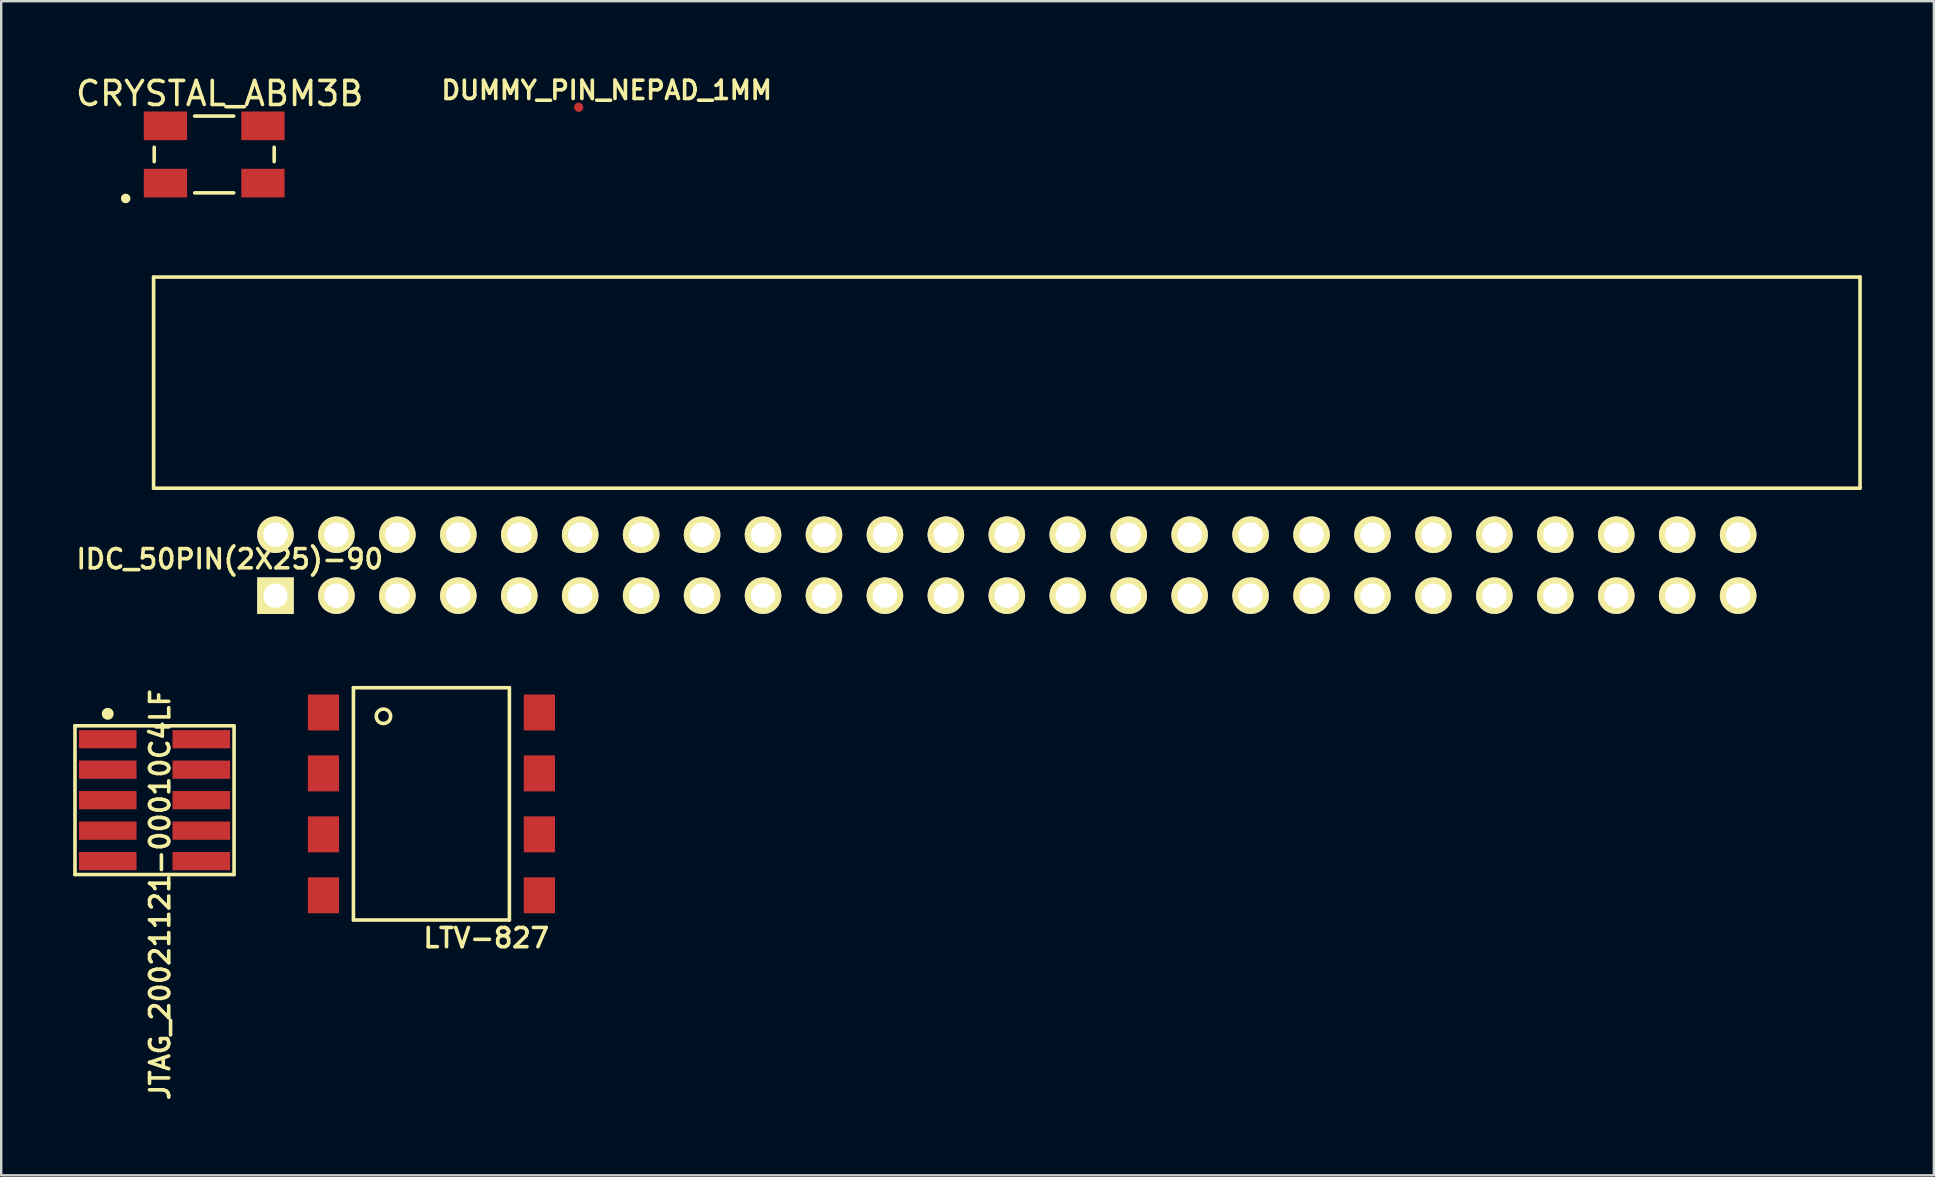
<source format=kicad_pcb>
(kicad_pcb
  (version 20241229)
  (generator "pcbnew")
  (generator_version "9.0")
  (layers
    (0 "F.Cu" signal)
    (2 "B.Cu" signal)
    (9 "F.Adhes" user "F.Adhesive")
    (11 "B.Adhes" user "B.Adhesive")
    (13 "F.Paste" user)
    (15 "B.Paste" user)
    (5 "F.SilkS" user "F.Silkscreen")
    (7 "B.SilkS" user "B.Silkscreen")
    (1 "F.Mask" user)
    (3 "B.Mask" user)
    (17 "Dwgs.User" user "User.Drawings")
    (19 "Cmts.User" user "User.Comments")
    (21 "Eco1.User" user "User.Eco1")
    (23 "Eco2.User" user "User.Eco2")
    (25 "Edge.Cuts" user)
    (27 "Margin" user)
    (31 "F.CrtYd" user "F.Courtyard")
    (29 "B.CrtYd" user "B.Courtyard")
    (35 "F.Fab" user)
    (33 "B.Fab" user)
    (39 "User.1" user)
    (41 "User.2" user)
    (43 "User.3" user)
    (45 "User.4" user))
  (footprint "CRYSTAL_ABM3B"
    (layer "F.Cu")
    (at 5.877 3.388)
    (property "Reference" "CRYSTAL_ABM3B" (at 0.229 -2.54 0) (layer "F.SilkS") (effects (font (size 1.001 1.001) (thickness 0.15))))
    (attr through_hole)
    (fp_line (start -2.5 0.3) (end -2.5 -0.3) (stroke (width 0.15) (type solid)) (layer "F.SilkS"))
    (fp_line (start -0.813 -1.6) (end 0.813 -1.6) (stroke (width 0.15) (type solid)) (layer "F.SilkS"))
    (fp_line (start -0.813 1.6) (end 0.813 1.6) (stroke (width 0.15) (type solid)) (layer "F.SilkS"))
    (fp_line (start 2.5 -0.3) (end 2.5 0.3) (stroke (width 0.15) (type solid)) (layer "F.SilkS"))
    (fp_circle (center -3.689 1.833) (end -3.589 1.833) (stroke (width 0.2) (type solid)) (fill no) (layer "F.SilkS"))
    (pad "1" smd rect (at -2.032 1.194) (size 1.803 1.194) (layers "F.Cu" "F.Mask" "F.Paste"))
    (pad "2" smd rect (at 2.032 1.194) (size 1.803 1.194) (layers "F.Cu" "F.Mask" "F.Paste"))
    (pad "3" smd rect (at 2.032 -1.194) (size 1.803 1.194) (layers "F.Cu" "F.Mask" "F.Paste"))
    (pad "4" smd rect (at -2.032 -1.194) (size 1.803 1.194) (layers "F.Cu" "F.Mask" "F.Paste")))
  (footprint "IDC_50PIN(2X25)-90"
    (layer "F.Cu")
    (at 38.911 20.506)
    (property "Reference" "IDC_50PIN(2X25)-90" (at -32.385 -0.254 0) (layer "F.SilkS") (effects (font (size 0.8 0.8) (thickness 0.15))))
    (attr through_hole)
    (fp_line (start -35.56 -12.01) (end -35.56 -3.21) (stroke (width 0.15) (type solid)) (layer "F.SilkS"))
    (fp_line (start -35.56 -3.21) (end 35.56 -3.21) (stroke (width 0.15) (type solid)) (layer "F.SilkS"))
    (fp_line (start 35.56 -12.01) (end -35.56 -12.01) (stroke (width 0.15) (type solid)) (layer "F.SilkS"))
    (fp_line (start 35.56 -12.01) (end 35.56 -3.21) (stroke (width 0.15) (type solid)) (layer "F.SilkS"))
    (pad "1" thru_hole rect (at -30.48 1.27) (size 1.524 1.524) (drill 1.016) (layers "*.Cu" "*.Mask" "F.SilkS"))
    (pad "2" thru_hole circle (at -30.48 -1.27) (size 1.524 1.524) (drill 1.016) (layers "*.Cu" "*.Mask" "F.SilkS"))
    (pad "3" thru_hole circle (at -27.94 1.27) (size 1.524 1.524) (drill 1.016) (layers "*.Cu" "*.Mask" "F.SilkS"))
    (pad "4" thru_hole circle (at -27.94 -1.27) (size 1.524 1.524) (drill 1.016) (layers "*.Cu" "*.Mask" "F.SilkS"))
    (pad "5" thru_hole circle (at -25.4 1.27) (size 1.524 1.524) (drill 1.016) (layers "*.Cu" "*.Mask" "F.SilkS"))
    (pad "6" thru_hole circle (at -25.4 -1.27) (size 1.524 1.524) (drill 1.016) (layers "*.Cu" "*.Mask" "F.SilkS"))
    (pad "7" thru_hole circle (at -22.86 1.27) (size 1.524 1.524) (drill 1.016) (layers "*.Cu" "*.Mask" "F.SilkS"))
    (pad "8" thru_hole circle (at -22.86 -1.27) (size 1.524 1.524) (drill 1.016) (layers "*.Cu" "*.Mask" "F.SilkS"))
    (pad "9" thru_hole circle (at -20.32 1.27) (size 1.524 1.524) (drill 1.016) (layers "*.Cu" "*.Mask" "F.SilkS"))
    (pad "10" thru_hole circle (at -20.32 -1.27) (size 1.524 1.524) (drill 1.016) (layers "*.Cu" "*.Mask" "F.SilkS"))
    (pad "11" thru_hole circle (at -17.78 1.27) (size 1.524 1.524) (drill 1.016) (layers "*.Cu" "*.Mask" "F.SilkS"))
    (pad "12" thru_hole circle (at -17.78 -1.27) (size 1.524 1.524) (drill 1.016) (layers "*.Cu" "*.Mask" "F.SilkS"))
    (pad "13" thru_hole circle (at -15.24 1.27) (size 1.524 1.524) (drill 1.016) (layers "*.Cu" "*.Mask" "F.SilkS"))
    (pad "14" thru_hole circle (at -15.24 -1.27) (size 1.524 1.524) (drill 1.016) (layers "*.Cu" "*.Mask" "F.SilkS"))
    (pad "15" thru_hole circle (at -12.7 1.27) (size 1.524 1.524) (drill 1.016) (layers "*.Cu" "*.Mask" "F.SilkS"))
    (pad "16" thru_hole circle (at -12.7 -1.27) (size 1.524 1.524) (drill 1.016) (layers "*.Cu" "*.Mask" "F.SilkS"))
    (pad "17" thru_hole circle (at -10.16 1.27) (size 1.524 1.524) (drill 1.016) (layers "*.Cu" "*.Mask" "F.SilkS"))
    (pad "18" thru_hole circle (at -10.16 -1.27) (size 1.524 1.524) (drill 1.016) (layers "*.Cu" "*.Mask" "F.SilkS"))
    (pad "19" thru_hole circle (at -7.62 1.27) (size 1.524 1.524) (drill 1.016) (layers "*.Cu" "*.Mask" "F.SilkS"))
    (pad "20" thru_hole circle (at -7.62 -1.27) (size 1.524 1.524) (drill 1.016) (layers "*.Cu" "*.Mask" "F.SilkS"))
    (pad "21" thru_hole circle (at -5.08 1.27) (size 1.524 1.524) (drill 1.016) (layers "*.Cu" "*.Mask" "F.SilkS"))
    (pad "22" thru_hole circle (at -5.08 -1.27) (size 1.524 1.524) (drill 1.016) (layers "*.Cu" "*.Mask" "F.SilkS"))
    (pad "23" thru_hole circle (at -2.54 1.27) (size 1.524 1.524) (drill 1.016) (layers "*.Cu" "*.Mask" "F.SilkS"))
    (pad "24" thru_hole circle (at -2.54 -1.27) (size 1.524 1.524) (drill 1.016) (layers "*.Cu" "*.Mask" "F.SilkS"))
    (pad "25" thru_hole circle (at 0 1.27) (size 1.524 1.524) (drill 1.016) (layers "*.Cu" "*.Mask" "F.SilkS"))
    (pad "26" thru_hole circle (at 0 -1.27) (size 1.524 1.524) (drill 1.016) (layers "*.Cu" "*.Mask" "F.SilkS"))
    (pad "27" thru_hole circle (at 2.54 1.27) (size 1.524 1.524) (drill 1.016) (layers "*.Cu" "*.Mask" "F.SilkS"))
    (pad "28" thru_hole circle (at 2.54 -1.27) (size 1.524 1.524) (drill 1.016) (layers "*.Cu" "*.Mask" "F.SilkS"))
    (pad "29" thru_hole circle (at 5.08 1.27) (size 1.524 1.524) (drill 1.016) (layers "*.Cu" "*.Mask" "F.SilkS"))
    (pad "30" thru_hole circle (at 5.08 -1.27) (size 1.524 1.524) (drill 1.016) (layers "*.Cu" "*.Mask" "F.SilkS"))
    (pad "31" thru_hole circle (at 7.62 1.27) (size 1.524 1.524) (drill 1.016) (layers "*.Cu" "*.Mask" "F.SilkS"))
    (pad "32" thru_hole circle (at 7.62 -1.27) (size 1.524 1.524) (drill 1.016) (layers "*.Cu" "*.Mask" "F.SilkS"))
    (pad "33" thru_hole circle (at 10.16 1.27) (size 1.524 1.524) (drill 1.016) (layers "*.Cu" "*.Mask" "F.SilkS"))
    (pad "34" thru_hole circle (at 10.16 -1.27) (size 1.524 1.524) (drill 1.016) (layers "*.Cu" "*.Mask" "F.SilkS"))
    (pad "35" thru_hole circle (at 12.7 1.27) (size 1.524 1.524) (drill 1.016) (layers "*.Cu" "*.Mask" "F.SilkS"))
    (pad "36" thru_hole circle (at 12.7 -1.27) (size 1.524 1.524) (drill 1.016) (layers "*.Cu" "*.Mask" "F.SilkS"))
    (pad "37" thru_hole circle (at 15.24 1.27) (size 1.524 1.524) (drill 1.016) (layers "*.Cu" "*.Mask" "F.SilkS"))
    (pad "38" thru_hole circle (at 15.24 -1.27) (size 1.524 1.524) (drill 1.016) (layers "*.Cu" "*.Mask" "F.SilkS"))
    (pad "39" thru_hole circle (at 17.78 1.27) (size 1.524 1.524) (drill 1.016) (layers "*.Cu" "*.Mask" "F.SilkS"))
    (pad "40" thru_hole circle (at 17.78 -1.27) (size 1.524 1.524) (drill 1.016) (layers "*.Cu" "*.Mask" "F.SilkS"))
    (pad "41" thru_hole circle (at 20.32 1.27) (size 1.524 1.524) (drill 1.016) (layers "*.Cu" "*.Mask" "F.SilkS"))
    (pad "42" thru_hole circle (at 20.32 -1.27) (size 1.524 1.524) (drill 1.016) (layers "*.Cu" "*.Mask" "F.SilkS"))
    (pad "43" thru_hole circle (at 22.86 1.27) (size 1.524 1.524) (drill 1.016) (layers "*.Cu" "*.Mask" "F.SilkS"))
    (pad "44" thru_hole circle (at 22.86 -1.27) (size 1.524 1.524) (drill 1.016) (layers "*.Cu" "*.Mask" "F.SilkS"))
    (pad "45" thru_hole circle (at 25.4 1.27) (size 1.524 1.524) (drill 1.016) (layers "*.Cu" "*.Mask" "F.SilkS"))
    (pad "46" thru_hole circle (at 25.4 -1.27) (size 1.524 1.524) (drill 1.016) (layers "*.Cu" "*.Mask" "F.SilkS"))
    (pad "47" thru_hole circle (at 27.94 1.27) (size 1.524 1.524) (drill 1.016) (layers "*.Cu" "*.Mask" "F.SilkS"))
    (pad "48" thru_hole circle (at 27.94 -1.27) (size 1.524 1.524) (drill 1.016) (layers "*.Cu" "*.Mask" "F.SilkS"))
    (pad "49" thru_hole circle (at 30.48 1.27) (size 1.524 1.524) (drill 1.016) (layers "*.Cu" "*.Mask" "F.SilkS"))
    (pad "50" thru_hole circle (at 30.48 -1.27) (size 1.524 1.524) (drill 1.016) (layers "*.Cu" "*.Mask" "F.SilkS")))
  (footprint "LTV-827"
    (layer "F.Cu")
    (at 14.93 30.453)
    (property "Reference" "LTV-827" (at 2.286 5.588 0) (layer "F.SilkS") (effects (font (size 0.8 0.8) (thickness 0.15))))
    (attr through_hole)
    (fp_line (start -3.25 -4.84) (end 3.25 -4.84) (stroke (width 0.15) (type solid)) (layer "F.SilkS"))
    (fp_line (start -3.25 4.84) (end -3.25 -4.84) (stroke (width 0.15) (type solid)) (layer "F.SilkS"))
    (fp_line (start 3.25 -4.84) (end 3.25 4.84) (stroke (width 0.15) (type solid)) (layer "F.SilkS"))
    (fp_line (start 3.25 4.84) (end -3.25 4.84) (stroke (width 0.15) (type solid)) (layer "F.SilkS"))
    (fp_circle (center -2 -3.65) (end -2 -3.95) (stroke (width 0.15) (type solid)) (fill no) (layer "F.SilkS"))
    (pad "1" smd rect (at -4.5 -3.81) (size 1.3 1.5) (layers "F.Cu" "F.Mask" "F.Paste"))
    (pad "2" smd rect (at -4.5 -1.27) (size 1.3 1.5) (layers "F.Cu" "F.Mask" "F.Paste"))
    (pad "3" smd rect (at -4.5 1.27) (size 1.3 1.5) (layers "F.Cu" "F.Mask" "F.Paste"))
    (pad "4" smd rect (at -4.5 3.81) (size 1.3 1.5) (layers "F.Cu" "F.Mask" "F.Paste"))
    (pad "5" smd rect (at 4.5 3.81) (size 1.3 1.5) (layers "F.Cu" "F.Mask" "F.Paste"))
    (pad "6" smd rect (at 4.5 1.27) (size 1.3 1.5) (layers "F.Cu" "F.Mask" "F.Paste"))
    (pad "7" smd rect (at 4.5 -1.27) (size 1.3 1.5) (layers "F.Cu" "F.Mask" "F.Paste"))
    (pad "8" smd rect (at 4.5 -3.81) (size 1.3 1.5) (layers "F.Cu" "F.Mask" "F.Paste")))
  (footprint "DUMMY_PIN_NEPAD_1MM"
    (layer "F.Cu")
    (at 21.067 1.42)
    (property "Reference" "DUMMY_PIN_NEPAD_1MM" (at 1.168 -0.711 0) (layer "F.SilkS") (effects (font (size 0.762 0.762) (thickness 0.15))))
    (attr through_hole)
    (pad "1" smd circle (at 0 0) (size 0.381 0.381) (layers "F.Cu")))
  (footprint "JTAG_20021121-00010C4LF"
    (layer "F.Cu")
    (at 3.39 30.299)
    (property "Reference" "JTAG_20021121-00010C4LF" (at 0.229 3.937 90) (layer "F.SilkS") (effects (font (size 0.8 0.8) (thickness 0.15))))
    (attr through_hole)
    (fp_line (start -3.315 3.099) (end -3.315 -3.099) (stroke (width 0.15) (type solid)) (layer "F.SilkS"))
    (fp_line (start -3.315 -3.099) (end 3.315 -3.099) (stroke (width 0.15) (type solid)) (layer "F.SilkS"))
    (fp_line (start 3.315 3.099) (end -3.315 3.099) (stroke (width 0.15) (type solid)) (layer "F.SilkS"))
    (fp_line (start 3.315 -3.099) (end 3.315 3.099) (stroke (width 0.15) (type solid)) (layer "F.SilkS"))
    (fp_circle (center -1.95 -3.6) (end -2.075 -3.6) (stroke (width 0.25) (type solid)) (fill no) (layer "F.SilkS"))
    (pad "1" smd rect (at -1.95 -2.54) (size 2.4 0.76) (layers "F.Cu" "F.Mask" "F.Paste"))
    (pad "2" smd rect (at 1.95 -2.54) (size 2.4 0.76) (layers "F.Cu" "F.Mask" "F.Paste"))
    (pad "3" smd rect (at -1.95 -1.27) (size 2.4 0.76) (layers "F.Cu" "F.Mask" "F.Paste"))
    (pad "4" smd rect (at 1.95 -1.27) (size 2.4 0.76) (layers "F.Cu" "F.Mask" "F.Paste"))
    (pad "5" smd rect (at -1.95 0) (size 2.4 0.76) (layers "F.Cu" "F.Mask" "F.Paste"))
    (pad "6" smd rect (at 1.95 0) (size 2.4 0.76) (layers "F.Cu" "F.Mask" "F.Paste"))
    (pad "7" smd rect (at -1.95 1.27) (size 2.4 0.76) (layers "F.Cu" "F.Mask" "F.Paste"))
    (pad "8" smd rect (at 1.95 1.27) (size 2.4 0.76) (layers "F.Cu" "F.Mask" "F.Paste"))
    (pad "9" smd rect (at -1.95 2.54) (size 2.4 0.76) (layers "F.Cu" "F.Mask" "F.Paste"))
    (pad "10" smd rect (at 1.95 2.54) (size 2.4 0.76) (layers "F.Cu" "F.Mask" "F.Paste")))
  (gr_rect
    (start -3 -3)
    (end 77.546 45.933)
    (stroke (width 0.1) (type default))
    (fill no)
    (layer "Edge.Cuts")))
</source>
